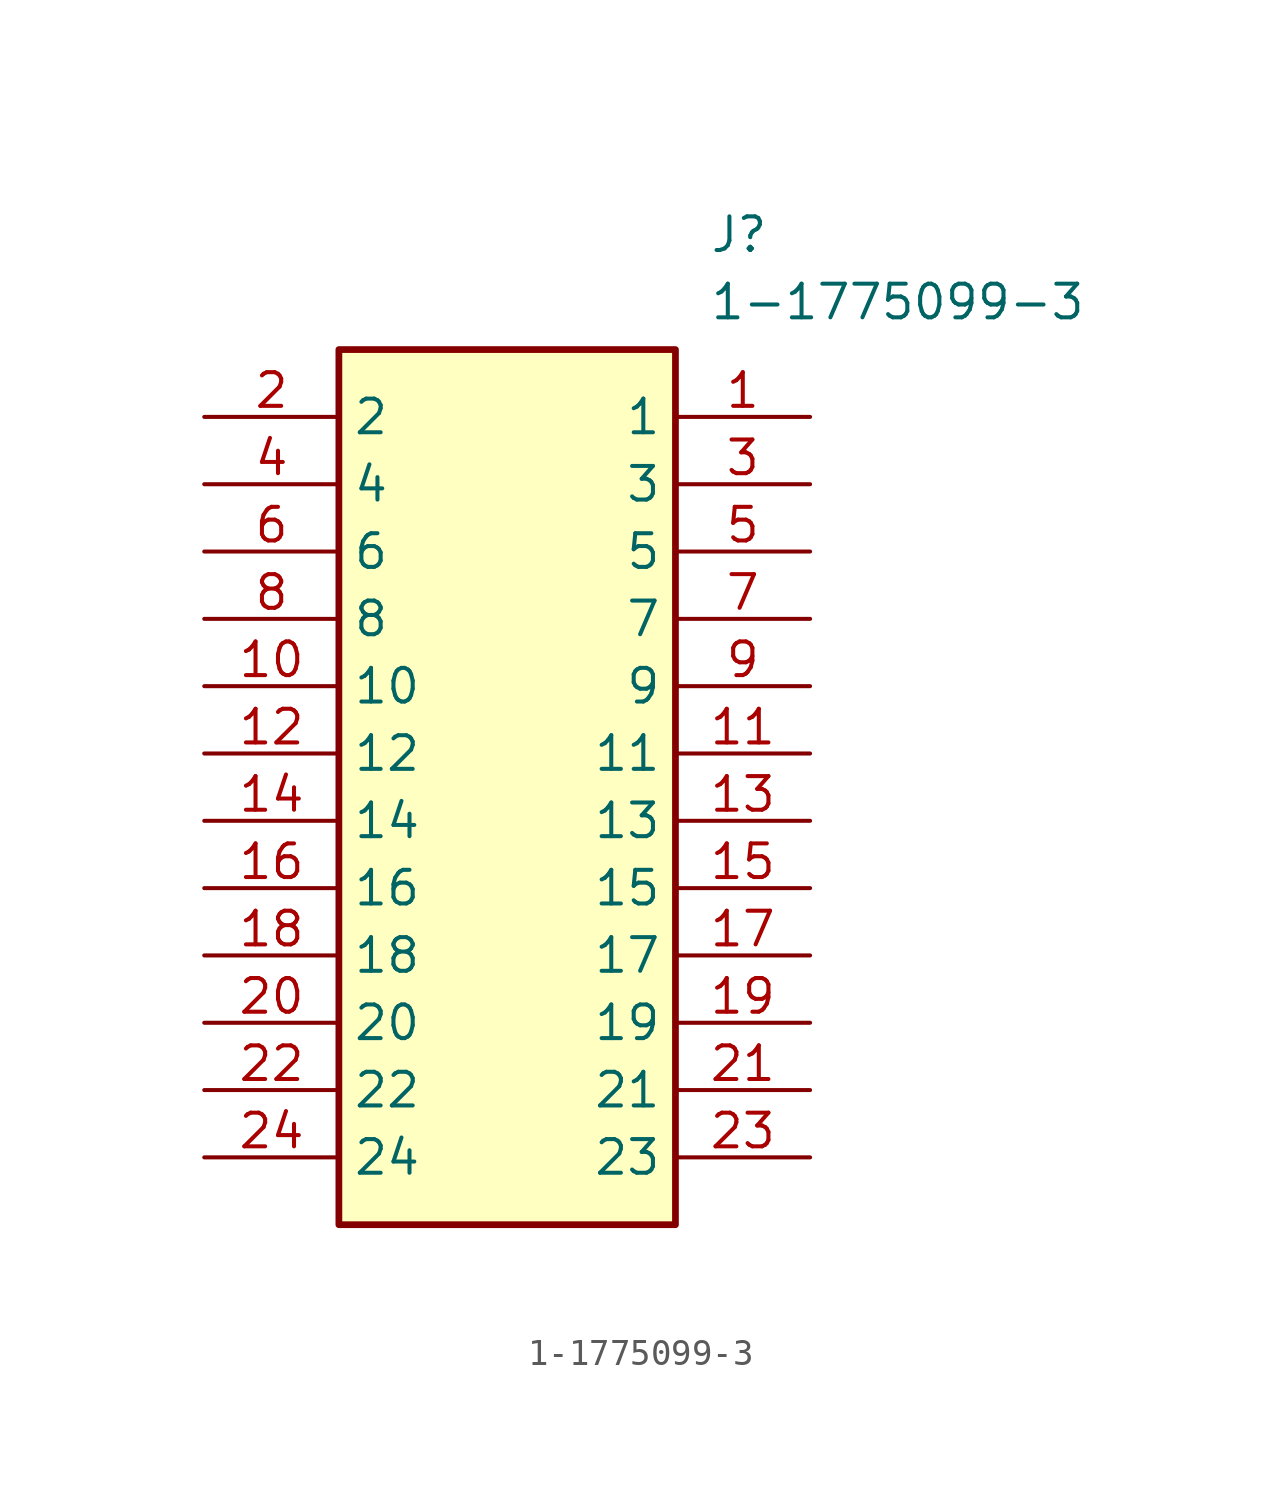
<source format=kicad_sym>
(kicad_symbol_lib
  (version 20211014)
  (generator SamacSys_ECAD_Model)
  (symbol "1-1775099-3"
    (property "Reference" "J"
      (at 19.05 7.62 0)
      (effects (font (size 1.27 1.27)) (justify left top)))
    (property "Value" "1-1775099-3"
      (at 19.05 5.08 0)
      (effects (font (size 1.27 1.27)) (justify left top)))
    (rectangle
      (start 5.08 2.54)
      (end 17.78 -30.48)
      (stroke (width 0.254) (type default))
      (fill (type background)))
    (pin passive line
      (at 22.86 0 180)
      (length 5.08)
      (name "1" (effects (font (size 1.27 1.27))))
      (number "1" (effects (font (size 1.27 1.27)))))
    (pin passive line
      (at 0 0 0)
      (length 5.08)
      (name "2" (effects (font (size 1.27 1.27))))
      (number "2" (effects (font (size 1.27 1.27)))))
    (pin passive line
      (at 22.86 -2.54 180)
      (length 5.08)
      (name "3" (effects (font (size 1.27 1.27))))
      (number "3" (effects (font (size 1.27 1.27)))))
    (pin passive line
      (at 0 -2.54 0)
      (length 5.08)
      (name "4" (effects (font (size 1.27 1.27))))
      (number "4" (effects (font (size 1.27 1.27)))))
    (pin passive line
      (at 22.86 -5.08 180)
      (length 5.08)
      (name "5" (effects (font (size 1.27 1.27))))
      (number "5" (effects (font (size 1.27 1.27)))))
    (pin passive line
      (at 0 -5.08 0)
      (length 5.08)
      (name "6" (effects (font (size 1.27 1.27))))
      (number "6" (effects (font (size 1.27 1.27)))))
    (pin passive line
      (at 22.86 -7.62 180)
      (length 5.08)
      (name "7" (effects (font (size 1.27 1.27))))
      (number "7" (effects (font (size 1.27 1.27)))))
    (pin passive line
      (at 0 -7.62 0)
      (length 5.08)
      (name "8" (effects (font (size 1.27 1.27))))
      (number "8" (effects (font (size 1.27 1.27)))))
    (pin passive line
      (at 22.86 -10.16 180)
      (length 5.08)
      (name "9" (effects (font (size 1.27 1.27))))
      (number "9" (effects (font (size 1.27 1.27)))))
    (pin passive line
      (at 0 -10.16 0)
      (length 5.08)
      (name "10" (effects (font (size 1.27 1.27))))
      (number "10" (effects (font (size 1.27 1.27)))))
    (pin passive line
      (at 22.86 -12.7 180)
      (length 5.08)
      (name "11" (effects (font (size 1.27 1.27))))
      (number "11" (effects (font (size 1.27 1.27)))))
    (pin passive line
      (at 0 -12.7 0)
      (length 5.08)
      (name "12" (effects (font (size 1.27 1.27))))
      (number "12" (effects (font (size 1.27 1.27)))))
    (pin passive line
      (at 22.86 -15.24 180)
      (length 5.08)
      (name "13" (effects (font (size 1.27 1.27))))
      (number "13" (effects (font (size 1.27 1.27)))))
    (pin passive line
      (at 0 -15.24 0)
      (length 5.08)
      (name "14" (effects (font (size 1.27 1.27))))
      (number "14" (effects (font (size 1.27 1.27)))))
    (pin passive line
      (at 22.86 -17.78 180)
      (length 5.08)
      (name "15" (effects (font (size 1.27 1.27))))
      (number "15" (effects (font (size 1.27 1.27)))))
    (pin passive line
      (at 0 -17.78 0)
      (length 5.08)
      (name "16" (effects (font (size 1.27 1.27))))
      (number "16" (effects (font (size 1.27 1.27)))))
    (pin passive line
      (at 22.86 -20.32 180)
      (length 5.08)
      (name "17" (effects (font (size 1.27 1.27))))
      (number "17" (effects (font (size 1.27 1.27)))))
    (pin passive line
      (at 0 -20.32 0)
      (length 5.08)
      (name "18" (effects (font (size 1.27 1.27))))
      (number "18" (effects (font (size 1.27 1.27)))))
    (pin passive line
      (at 22.86 -22.86 180)
      (length 5.08)
      (name "19" (effects (font (size 1.27 1.27))))
      (number "19" (effects (font (size 1.27 1.27)))))
    (pin passive line
      (at 0 -22.86 0)
      (length 5.08)
      (name "20" (effects (font (size 1.27 1.27))))
      (number "20" (effects (font (size 1.27 1.27)))))
    (pin passive line
      (at 22.86 -25.4 180)
      (length 5.08)
      (name "21" (effects (font (size 1.27 1.27))))
      (number "21" (effects (font (size 1.27 1.27)))))
    (pin passive line
      (at 0 -25.4 0)
      (length 5.08)
      (name "22" (effects (font (size 1.27 1.27))))
      (number "22" (effects (font (size 1.27 1.27)))))
    (pin passive line
      (at 22.86 -27.94 180)
      (length 5.08)
      (name "23" (effects (font (size 1.27 1.27))))
      (number "23" (effects (font (size 1.27 1.27)))))
    (pin passive line
      (at 0 -27.94 0)
      (length 5.08)
      (name "24" (effects (font (size 1.27 1.27))))
      (number "24" (effects (font (size 1.27 1.27)))))))
</source>
